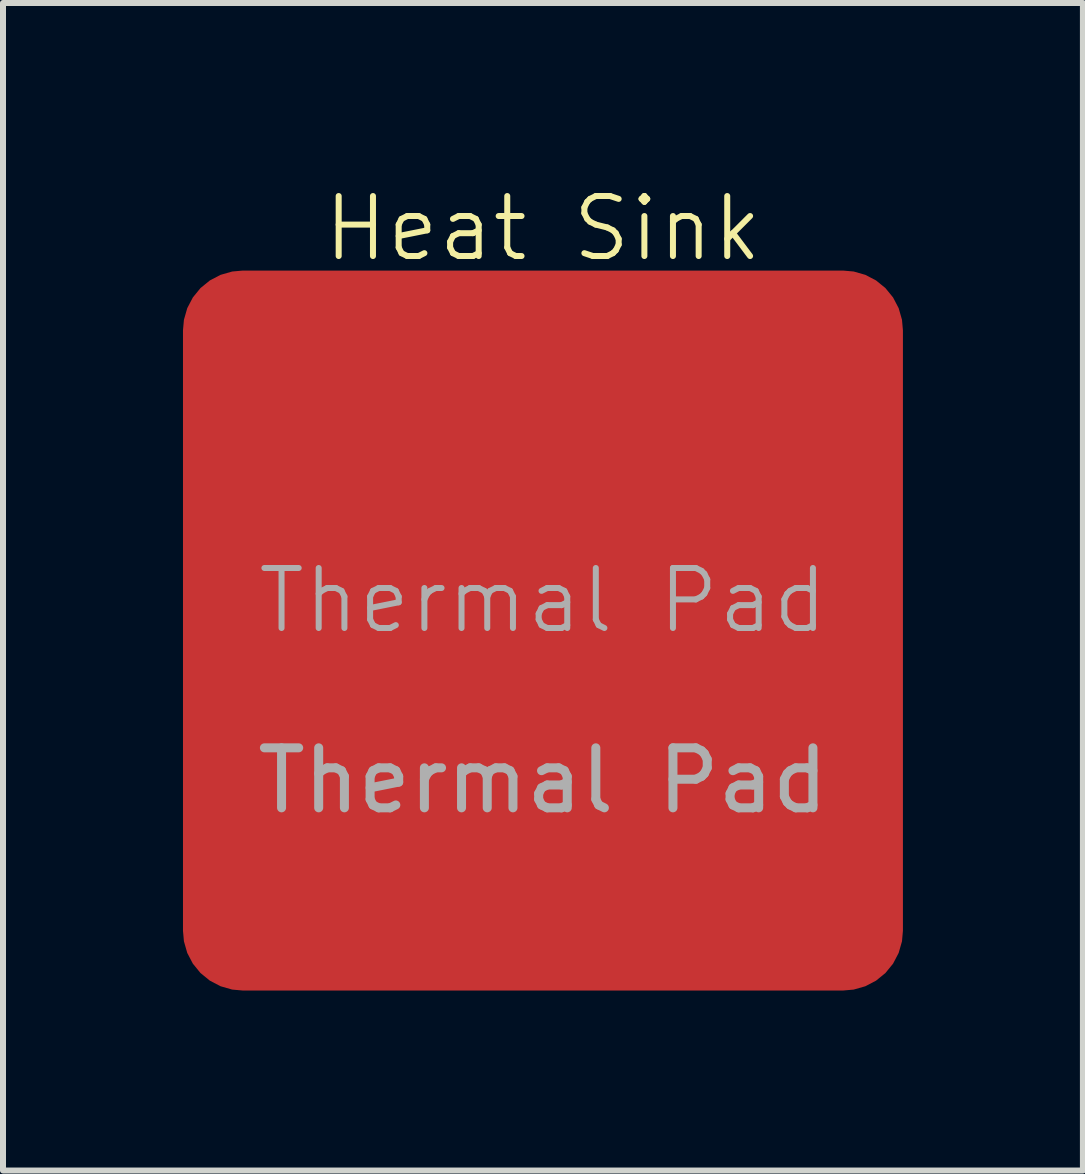
<source format=kicad_pcb>
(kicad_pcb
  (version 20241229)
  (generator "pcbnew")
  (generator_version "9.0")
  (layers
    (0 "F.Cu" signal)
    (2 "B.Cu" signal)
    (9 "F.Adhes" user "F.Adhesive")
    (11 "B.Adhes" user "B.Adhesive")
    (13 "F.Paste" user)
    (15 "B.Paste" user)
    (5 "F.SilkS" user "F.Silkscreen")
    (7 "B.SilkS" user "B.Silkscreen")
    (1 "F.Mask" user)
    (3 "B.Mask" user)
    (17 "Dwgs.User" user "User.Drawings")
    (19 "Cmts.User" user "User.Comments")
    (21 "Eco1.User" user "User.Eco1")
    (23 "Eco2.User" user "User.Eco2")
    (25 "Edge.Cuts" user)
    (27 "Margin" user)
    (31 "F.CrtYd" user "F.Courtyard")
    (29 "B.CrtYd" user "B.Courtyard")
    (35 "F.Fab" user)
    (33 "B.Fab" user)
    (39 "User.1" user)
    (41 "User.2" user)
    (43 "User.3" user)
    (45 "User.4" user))
  (footprint "Thermal Pad"
    (layer "F.Cu")
    (at 6 7.46)
    (property "Reference" "Thermal Pad" (at 0 -0.5 0) (unlocked yes) (layer "F.Fab") (effects (font (size 1 1) (thickness 0.1))))
    (attr smd)
    (fp_text user "Heat Sink" (at 0 -6.7 0) (unlocked yes) (layer "F.SilkS") (effects (font (size 1 1) (thickness 0.1))))
    (fp_text user "${REFERENCE}" (at 0 2.5 0) (unlocked yes) (layer "F.Fab") (effects (font (size 1 1) (thickness 0.15))))
    (pad "1" smd roundrect (at 0 0) (size 12 12) (layers "F.Cu" "F.Mask" "F.Paste") (roundrect_rratio 0.083)))
  (gr_rect
    (start -3 -3)
    (end 15 16.46)
    (stroke (width 0.1) (type default))
    (fill no)
    (layer "Edge.Cuts")))
</source>
